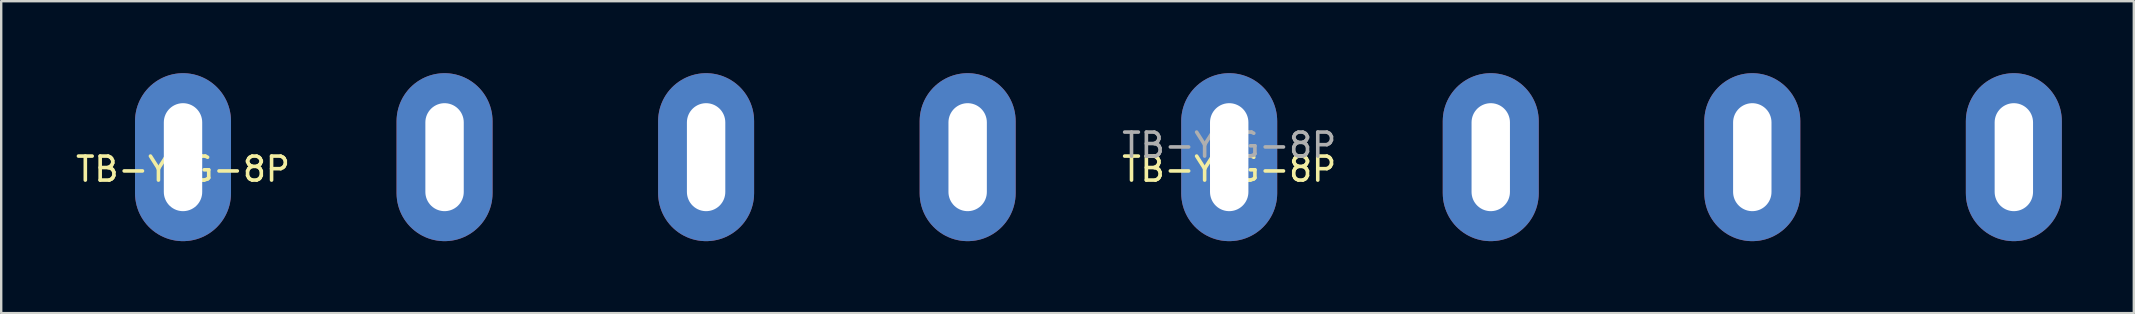
<source format=kicad_pcb>
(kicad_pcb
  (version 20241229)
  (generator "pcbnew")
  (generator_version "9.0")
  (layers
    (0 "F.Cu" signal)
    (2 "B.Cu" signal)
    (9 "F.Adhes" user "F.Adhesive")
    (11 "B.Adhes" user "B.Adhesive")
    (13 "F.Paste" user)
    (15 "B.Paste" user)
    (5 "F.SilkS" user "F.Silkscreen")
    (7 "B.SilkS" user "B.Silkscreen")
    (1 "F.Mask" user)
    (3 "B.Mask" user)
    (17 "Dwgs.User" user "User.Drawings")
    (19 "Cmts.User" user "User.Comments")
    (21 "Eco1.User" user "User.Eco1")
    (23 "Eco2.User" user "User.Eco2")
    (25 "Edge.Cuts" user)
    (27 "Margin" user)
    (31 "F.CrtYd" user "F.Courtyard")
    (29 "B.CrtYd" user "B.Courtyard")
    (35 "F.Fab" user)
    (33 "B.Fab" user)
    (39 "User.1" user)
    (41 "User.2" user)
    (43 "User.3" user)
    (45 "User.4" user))
  (footprint "TB-YAG-8P"
    (layer "F.Cu")
    (at 4.577 3.5)
    (property "Reference" "TB-YAG-8P" (at 0 0.5 0) (unlocked yes) (layer "F.SilkS") (effects (font (size 1 1) (thickness 0.15))))
    (property "Value" "TB-YAG-8P" (at 0 -0.5 0) (unlocked yes) (layer "F.Fab") (hide yes) (effects (font (size 1 1) (thickness 0.15))))
    (attr through_hole)
    (fp_text user "${REFERENCE}" (at 43.6 0.5 0) (unlocked yes) (layer "F.SilkS") (effects (font (size 1 1) (thickness 0.15))))
    (fp_text user "${VALUE}" (at 43.6 -0.5 0) (unlocked yes) (layer "F.Fab") (effects (font (size 1 1) (thickness 0.15))))
    (pad "1" thru_hole oval (at 0 0) (size 4 7) (drill oval 1.6 4.5) (layers "*.Cu" "*.Mask"))
    (pad "2" thru_hole oval (at 10.9 0) (size 4 7) (drill oval 1.6 4.5) (layers "*.Cu" "*.Mask"))
    (pad "3" thru_hole oval (at 21.8 0) (size 4 7) (drill oval 1.6 4.5) (layers "*.Cu" "*.Mask"))
    (pad "4" thru_hole oval (at 32.7 0) (size 4 7) (drill oval 1.6 4.5) (layers "*.Cu" "*.Mask"))
    (pad "5" thru_hole oval (at 43.6 0) (size 4 7) (drill oval 1.6 4.5) (layers "*.Cu" "*.Mask"))
    (pad "6" thru_hole oval (at 54.5 0) (size 4 7) (drill oval 1.6 4.5) (layers "*.Cu" "*.Mask"))
    (pad "7" thru_hole oval (at 65.4 0) (size 4 7) (drill oval 1.6 4.5) (layers "*.Cu" "*.Mask"))
    (pad "8" thru_hole oval (at 76.3 0) (size 4 7) (drill oval 1.6 4.5) (layers "*.Cu" "*.Mask")))
  (gr_rect
    (start -3 -3)
    (end 85.877 10)
    (stroke (width 0.1) (type default))
    (fill no)
    (layer "Edge.Cuts")))
</source>
